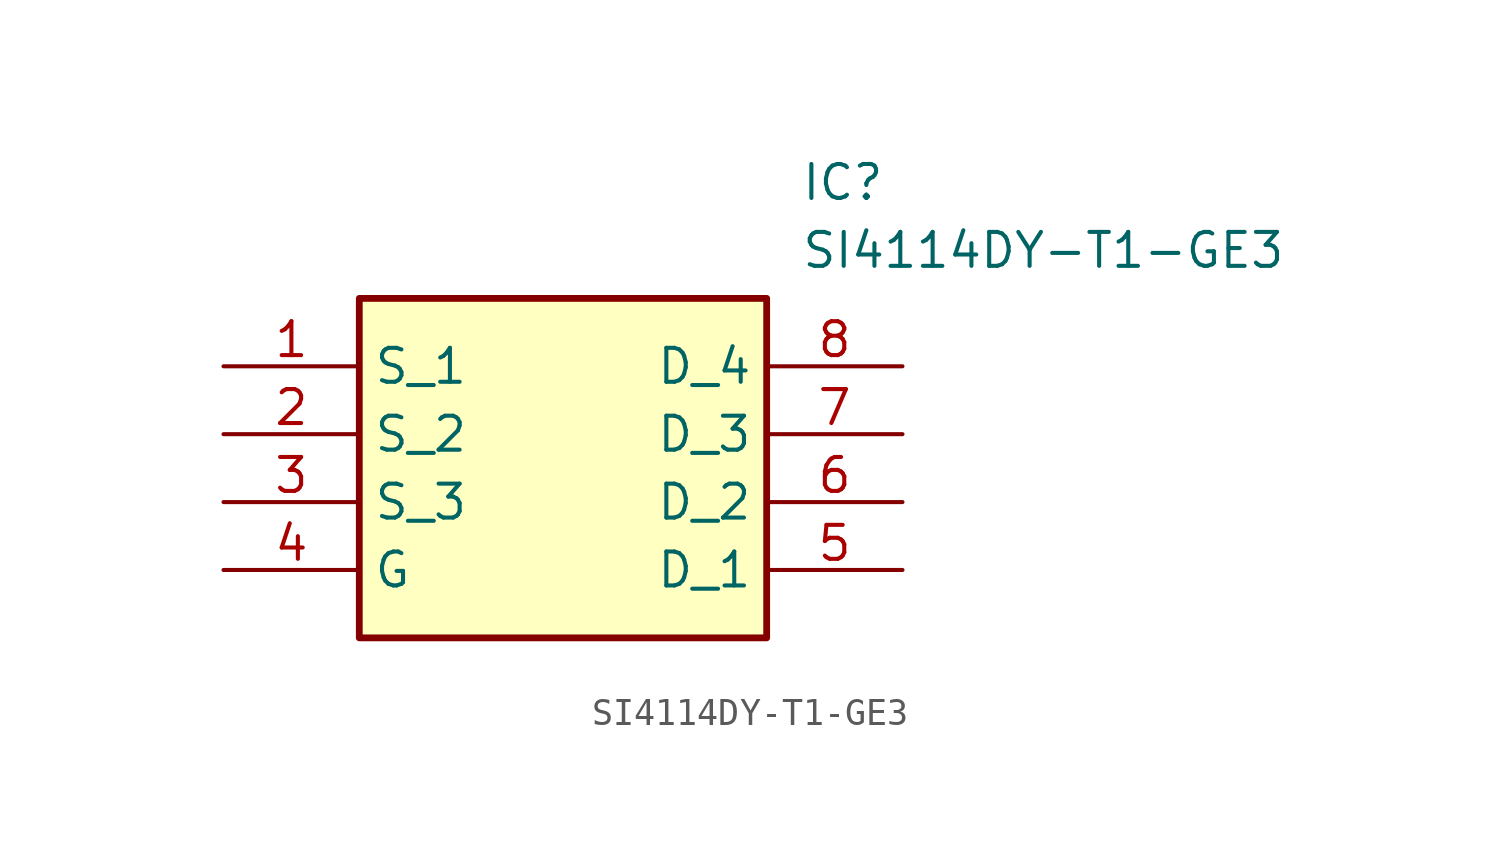
<source format=kicad_sym>
(kicad_symbol_lib
  (version 20211014)
  (generator SamacSys_ECAD_Model)
  (symbol "SI4114DY-T1-GE3"
    (property "Reference" "IC"
      (at 21.59 7.62 0)
      (effects (font (size 1.27 1.27)) (justify left top)))
    (property "Value" "SI4114DY-T1-GE3"
      (at 21.59 5.08 0)
      (effects (font (size 1.27 1.27)) (justify left top)))
    (rectangle
      (start 5.08 2.54)
      (end 20.32 -10.16)
      (stroke (width 0.254) (type default))
      (fill (type background)))
    (pin passive line
      (at 0 0 0)
      (length 5.08)
      (name "S_1" (effects (font (size 1.27 1.27))))
      (number "1" (effects (font (size 1.27 1.27)))))
    (pin passive line
      (at 0 -2.54 0)
      (length 5.08)
      (name "S_2" (effects (font (size 1.27 1.27))))
      (number "2" (effects (font (size 1.27 1.27)))))
    (pin passive line
      (at 0 -5.08 0)
      (length 5.08)
      (name "S_3" (effects (font (size 1.27 1.27))))
      (number "3" (effects (font (size 1.27 1.27)))))
    (pin passive line
      (at 0 -7.62 0)
      (length 5.08)
      (name "G" (effects (font (size 1.27 1.27))))
      (number "4" (effects (font (size 1.27 1.27)))))
    (pin passive line
      (at 25.4 0 180)
      (length 5.08)
      (name "D_4" (effects (font (size 1.27 1.27))))
      (number "8" (effects (font (size 1.27 1.27)))))
    (pin passive line
      (at 25.4 -2.54 180)
      (length 5.08)
      (name "D_3" (effects (font (size 1.27 1.27))))
      (number "7" (effects (font (size 1.27 1.27)))))
    (pin passive line
      (at 25.4 -5.08 180)
      (length 5.08)
      (name "D_2" (effects (font (size 1.27 1.27))))
      (number "6" (effects (font (size 1.27 1.27)))))
    (pin passive line
      (at 25.4 -7.62 180)
      (length 5.08)
      (name "D_1" (effects (font (size 1.27 1.27))))
      (number "5" (effects (font (size 1.27 1.27)))))))
</source>
